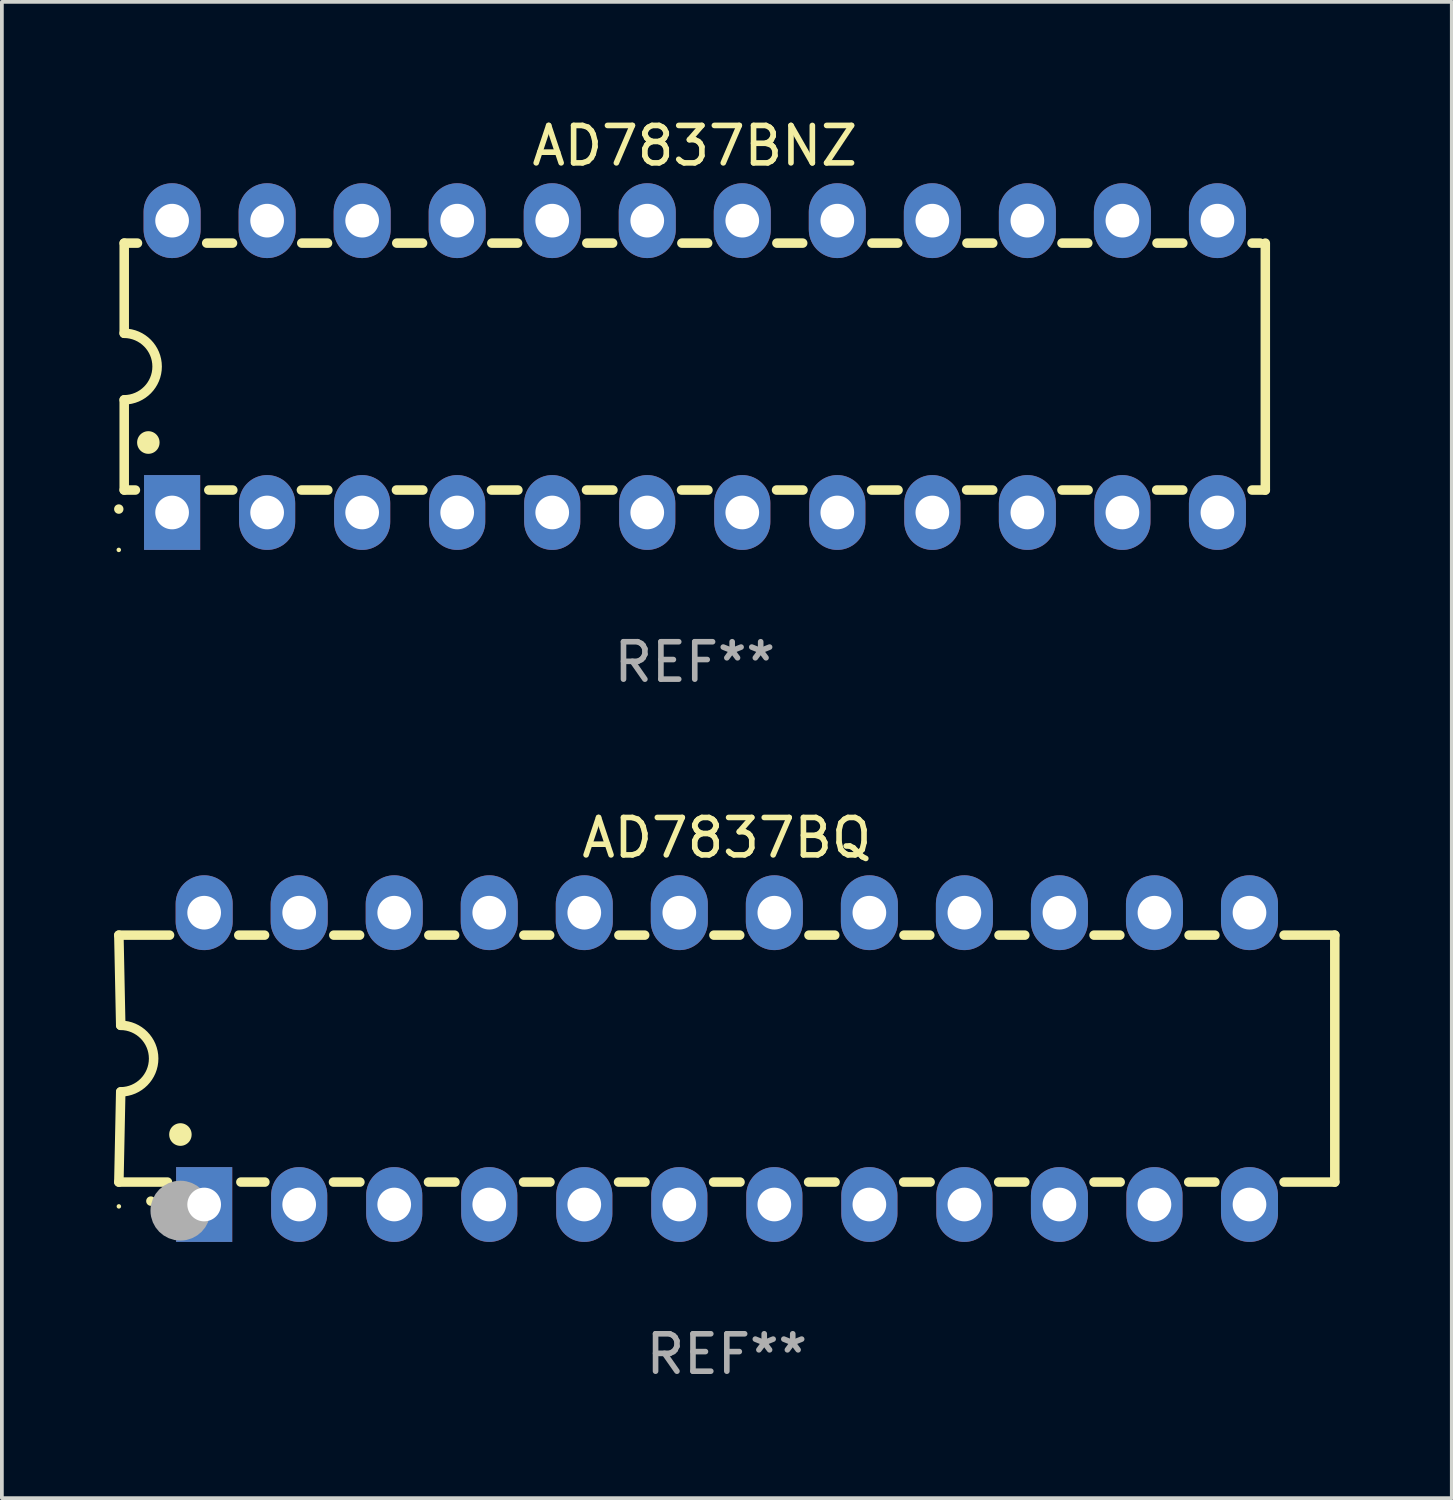
<source format=kicad_pcb>
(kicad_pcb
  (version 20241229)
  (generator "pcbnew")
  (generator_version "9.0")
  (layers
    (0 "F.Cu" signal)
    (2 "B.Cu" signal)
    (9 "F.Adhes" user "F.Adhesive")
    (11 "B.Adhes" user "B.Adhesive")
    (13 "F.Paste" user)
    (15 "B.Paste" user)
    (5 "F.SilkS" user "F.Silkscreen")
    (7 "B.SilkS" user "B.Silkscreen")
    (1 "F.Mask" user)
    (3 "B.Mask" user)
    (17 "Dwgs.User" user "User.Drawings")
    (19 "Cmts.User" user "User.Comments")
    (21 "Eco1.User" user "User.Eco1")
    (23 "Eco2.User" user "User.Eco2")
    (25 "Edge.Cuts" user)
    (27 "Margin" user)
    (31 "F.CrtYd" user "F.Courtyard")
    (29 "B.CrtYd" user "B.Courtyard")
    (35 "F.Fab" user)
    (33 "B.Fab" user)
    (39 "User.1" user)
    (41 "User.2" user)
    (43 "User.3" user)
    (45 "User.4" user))
  (footprint "AD7837BNZ"
    (layer "F.Cu")
    (at 15.52 6.748)
    (property "Reference" "AD7837BNZ" (at 0 -5.9 0) (layer "F.SilkS") (effects (font (size 1 1) (thickness 0.15))))
    (attr through_hole)
    (fp_line (start -15.25 -3.3) (end -15.25 -0.889) (stroke (width 0.254) (type solid)) (layer "F.SilkS"))
    (fp_line (start -15.25 -3.3) (end -14.895 -3.3) (stroke (width 0.254) (type solid)) (layer "F.SilkS"))
    (fp_line (start -15.25 3.3) (end -15.25 0.889) (stroke (width 0.254) (type solid)) (layer "F.SilkS"))
    (fp_line (start -15.25 3.3) (end -14.951 3.3) (stroke (width 0.254) (type solid)) (layer "F.SilkS"))
    (fp_line (start -13.045 -3.3) (end -12.355 -3.3) (stroke (width 0.254) (type solid)) (layer "F.SilkS"))
    (fp_line (start -12.989 3.3) (end -12.347 3.3) (stroke (width 0.254) (type solid)) (layer "F.SilkS"))
    (fp_line (start -10.514 3.3) (end -9.807 3.3) (stroke (width 0.254) (type solid)) (layer "F.SilkS"))
    (fp_line (start -10.505 -3.3) (end -9.815 -3.3) (stroke (width 0.254) (type solid)) (layer "F.SilkS"))
    (fp_line (start -7.974 3.3) (end -7.267 3.3) (stroke (width 0.254) (type solid)) (layer "F.SilkS"))
    (fp_line (start -7.965 -3.3) (end -7.275 -3.3) (stroke (width 0.254) (type solid)) (layer "F.SilkS"))
    (fp_line (start -5.434 3.3) (end -4.727 3.3) (stroke (width 0.254) (type solid)) (layer "F.SilkS"))
    (fp_line (start -5.425 -3.3) (end -4.735 -3.3) (stroke (width 0.254) (type solid)) (layer "F.SilkS"))
    (fp_line (start -2.894 3.3) (end -2.187 3.3) (stroke (width 0.254) (type solid)) (layer "F.SilkS"))
    (fp_line (start -2.885 -3.3) (end -2.195 -3.3) (stroke (width 0.254) (type solid)) (layer "F.SilkS"))
    (fp_line (start -0.354 3.3) (end 0.353 3.3) (stroke (width 0.254) (type solid)) (layer "F.SilkS"))
    (fp_line (start -0.345 -3.3) (end 0.345 -3.3) (stroke (width 0.254) (type solid)) (layer "F.SilkS"))
    (fp_line (start 2.186 3.3) (end 2.893 3.3) (stroke (width 0.254) (type solid)) (layer "F.SilkS"))
    (fp_line (start 2.195 -3.3) (end 2.885 -3.3) (stroke (width 0.254) (type solid)) (layer "F.SilkS"))
    (fp_line (start 4.726 3.3) (end 5.434 3.3) (stroke (width 0.254) (type solid)) (layer "F.SilkS"))
    (fp_line (start 4.735 -3.3) (end 5.425 -3.3) (stroke (width 0.254) (type solid)) (layer "F.SilkS"))
    (fp_line (start 7.266 3.3) (end 7.965 3.3) (stroke (width 0.254) (type solid)) (layer "F.SilkS"))
    (fp_line (start 7.275 -3.3) (end 7.965 -3.3) (stroke (width 0.254) (type solid)) (layer "F.SilkS"))
    (fp_line (start 9.815 -3.3) (end 10.505 -3.3) (stroke (width 0.254) (type solid)) (layer "F.SilkS"))
    (fp_line (start 9.815 3.3) (end 10.514 3.3) (stroke (width 0.254) (type solid)) (layer "F.SilkS"))
    (fp_line (start 12.346 3.3) (end 13.045 3.3) (stroke (width 0.254) (type solid)) (layer "F.SilkS"))
    (fp_line (start 12.355 -3.3) (end 13.045 -3.3) (stroke (width 0.254) (type solid)) (layer "F.SilkS"))
    (fp_line (start 14.895 -3.3) (end 15.113 -3.3) (stroke (width 0.254) (type solid)) (layer "F.SilkS"))
    (fp_line (start 14.895 3.3) (end 15.25 3.3) (stroke (width 0.254) (type solid)) (layer "F.SilkS"))
    (fp_line (start 15.25 -3.3) (end 15.25 3.3) (stroke (width 0.254) (type solid)) (layer "F.SilkS"))
    (fp_arc (start -15.394971 3.810033) (mid -15.394978 3.808763) (end -15.394971 3.807493) (stroke (width 0.25) (type solid)) (layer "F.SilkS"))
    (fp_arc (start -15.251053 -0.890146) (mid -14.361467 -0.001067) (end -15.250038 0.889027) (stroke (width 0.254001) (type solid)) (layer "F.SilkS"))
    (fp_arc (start -14.605029 2.032029) (mid -14.60504 2.029489) (end -14.605029 2.026949) (stroke (width 0.6) (type solid)) (layer "F.SilkS"))
    (fp_circle (center -15.395 4.9) (end -15.365 4.9) (stroke (width 0.06) (type solid)) (fill no) (layer "F.SilkS"))
    (fp_text user "REF**" (at 0 7.9 0) (layer "F.Fab") (effects (font (size 1 1) (thickness 0.15))))
    (pad "1" thru_hole rect (at -13.97 3.9 90) (size 2 1.5) (drill 0.9) (layers "*.Cu" "*.Mask"))
    (pad "2" thru_hole oval (at -11.43 3.9 90) (size 2 1.5) (drill 0.9) (layers "*.Cu" "*.Mask"))
    (pad "3" thru_hole oval (at -8.89 3.9 90) (size 2 1.5) (drill 0.9) (layers "*.Cu" "*.Mask"))
    (pad "4" thru_hole oval (at -6.35 3.9 90) (size 2 1.5) (drill 0.9) (layers "*.Cu" "*.Mask"))
    (pad "5" thru_hole oval (at -3.81 3.9 90) (size 2 1.5) (drill 0.9) (layers "*.Cu" "*.Mask"))
    (pad "6" thru_hole oval (at -1.27 3.9 90) (size 2 1.5) (drill 0.9) (layers "*.Cu" "*.Mask"))
    (pad "7" thru_hole oval (at 1.27 3.9 90) (size 2 1.5) (drill 0.9) (layers "*.Cu" "*.Mask"))
    (pad "8" thru_hole oval (at 3.81 3.9 90) (size 2 1.5) (drill 0.9) (layers "*.Cu" "*.Mask"))
    (pad "9" thru_hole oval (at 6.35 3.9 90) (size 2 1.5) (drill 0.9) (layers "*.Cu" "*.Mask"))
    (pad "10" thru_hole oval (at 8.89 3.9 90) (size 2 1.524) (drill 0.9) (layers "*.Cu" "*.Mask"))
    (pad "11" thru_hole oval (at 11.43 3.9 90) (size 2 1.5) (drill 0.9) (layers "*.Cu" "*.Mask"))
    (pad "12" thru_hole oval (at 13.97 3.9 90) (size 2 1.524) (drill 0.9) (layers "*.Cu" "*.Mask"))
    (pad "13" thru_hole oval (at 13.97 -3.9 90) (size 2 1.524) (drill 0.9) (layers "*.Cu" "*.Mask"))
    (pad "14" thru_hole oval (at 11.43 -3.9 90) (size 2 1.524) (drill 0.9) (layers "*.Cu" "*.Mask"))
    (pad "15" thru_hole oval (at 8.89 -3.9 90) (size 2 1.524) (drill 0.9) (layers "*.Cu" "*.Mask"))
    (pad "16" thru_hole oval (at 6.35 -3.9 90) (size 2 1.524) (drill 0.9) (layers "*.Cu" "*.Mask"))
    (pad "17" thru_hole oval (at 3.81 -3.9 90) (size 2 1.524) (drill 0.9) (layers "*.Cu" "*.Mask"))
    (pad "18" thru_hole oval (at 1.27 -3.9 90) (size 2 1.524) (drill 0.9) (layers "*.Cu" "*.Mask"))
    (pad "19" thru_hole oval (at -1.27 -3.9 90) (size 2 1.524) (drill 0.9) (layers "*.Cu" "*.Mask"))
    (pad "20" thru_hole oval (at -3.81 -3.9 90) (size 2 1.524) (drill 0.9) (layers "*.Cu" "*.Mask"))
    (pad "21" thru_hole oval (at -6.35 -3.9 90) (size 2 1.524) (drill 0.9) (layers "*.Cu" "*.Mask"))
    (pad "22" thru_hole oval (at -8.89 -3.9 90) (size 2 1.524) (drill 0.9) (layers "*.Cu" "*.Mask"))
    (pad "23" thru_hole oval (at -11.43 -3.9 90) (size 2 1.524) (drill 0.9) (layers "*.Cu" "*.Mask"))
    (pad "24" thru_hole oval (at -13.97 -3.9 90) (size 2 1.524) (drill 0.9) (layers "*.Cu" "*.Mask")))
  (footprint "AD7837BQ"
    (layer "F.Cu")
    (at 16.377 25.245)
    (property "Reference" "AD7837BQ" (at 0 -5.9 0) (layer "F.SilkS") (effects (font (size 1 1) (thickness 0.15))))
    (attr through_hole)
    (fp_line (start -16.25 -3.3) (end -16.2 -0.889) (stroke (width 0.254) (type solid)) (layer "F.SilkS"))
    (fp_line (start -16.25 -3.3) (end -14.895 -3.3) (stroke (width 0.254) (type solid)) (layer "F.SilkS"))
    (fp_line (start -16.25 3.3) (end -16.2 0.889) (stroke (width 0.254) (type solid)) (layer "F.SilkS"))
    (fp_line (start -16.25 3.3) (end -14.951 3.3) (stroke (width 0.254) (type solid)) (layer "F.SilkS"))
    (fp_line (start -13.045 -3.3) (end -12.355 -3.3) (stroke (width 0.254) (type solid)) (layer "F.SilkS"))
    (fp_line (start -12.989 3.3) (end -12.347 3.3) (stroke (width 0.254) (type solid)) (layer "F.SilkS"))
    (fp_line (start -10.514 3.3) (end -9.807 3.3) (stroke (width 0.254) (type solid)) (layer "F.SilkS"))
    (fp_line (start -10.505 -3.3) (end -9.815 -3.3) (stroke (width 0.254) (type solid)) (layer "F.SilkS"))
    (fp_line (start -7.974 3.3) (end -7.267 3.3) (stroke (width 0.254) (type solid)) (layer "F.SilkS"))
    (fp_line (start -7.965 -3.3) (end -7.275 -3.3) (stroke (width 0.254) (type solid)) (layer "F.SilkS"))
    (fp_line (start -5.434 3.3) (end -4.727 3.3) (stroke (width 0.254) (type solid)) (layer "F.SilkS"))
    (fp_line (start -5.425 -3.3) (end -4.735 -3.3) (stroke (width 0.254) (type solid)) (layer "F.SilkS"))
    (fp_line (start -2.894 3.3) (end -2.187 3.3) (stroke (width 0.254) (type solid)) (layer "F.SilkS"))
    (fp_line (start -2.885 -3.3) (end -2.195 -3.3) (stroke (width 0.254) (type solid)) (layer "F.SilkS"))
    (fp_line (start -0.354 3.3) (end 0.353 3.3) (stroke (width 0.254) (type solid)) (layer "F.SilkS"))
    (fp_line (start -0.345 -3.3) (end 0.345 -3.3) (stroke (width 0.254) (type solid)) (layer "F.SilkS"))
    (fp_line (start 2.186 3.3) (end 2.893 3.3) (stroke (width 0.254) (type solid)) (layer "F.SilkS"))
    (fp_line (start 2.195 -3.3) (end 2.885 -3.3) (stroke (width 0.254) (type solid)) (layer "F.SilkS"))
    (fp_line (start 4.726 3.3) (end 5.434 3.3) (stroke (width 0.254) (type solid)) (layer "F.SilkS"))
    (fp_line (start 4.735 -3.3) (end 5.425 -3.3) (stroke (width 0.254) (type solid)) (layer "F.SilkS"))
    (fp_line (start 7.266 3.3) (end 7.965 3.3) (stroke (width 0.254) (type solid)) (layer "F.SilkS"))
    (fp_line (start 7.275 -3.3) (end 7.965 -3.3) (stroke (width 0.254) (type solid)) (layer "F.SilkS"))
    (fp_line (start 9.815 -3.3) (end 10.505 -3.3) (stroke (width 0.254) (type solid)) (layer "F.SilkS"))
    (fp_line (start 9.815 3.3) (end 10.514 3.3) (stroke (width 0.254) (type solid)) (layer "F.SilkS"))
    (fp_line (start 12.346 3.3) (end 13.045 3.3) (stroke (width 0.254) (type solid)) (layer "F.SilkS"))
    (fp_line (start 12.355 -3.3) (end 13.045 -3.3) (stroke (width 0.254) (type solid)) (layer "F.SilkS"))
    (fp_line (start 16.25 -3.3) (end 14.895 -3.3) (stroke (width 0.254) (type solid)) (layer "F.SilkS"))
    (fp_line (start 16.25 -3.3) (end 16.25 3.3) (stroke (width 0.254) (type solid)) (layer "F.SilkS"))
    (fp_line (start 16.25 3.3) (end 14.895 3.3) (stroke (width 0.254) (type solid)) (layer "F.SilkS"))
    (fp_arc (start -16.201016 -0.890146) (mid -15.311429 -0.001055) (end -16.200025 0.889027) (stroke (width 0.254001) (type solid)) (layer "F.SilkS"))
    (fp_arc (start -15.394971 3.810033) (mid -15.394978 3.808763) (end -15.394971 3.807493) (stroke (width 0.25) (type solid)) (layer "F.SilkS"))
    (fp_arc (start -14.605029 2.032029) (mid -14.60504 2.029489) (end -14.605029 2.026949) (stroke (width 0.6) (type solid)) (layer "F.SilkS"))
    (fp_circle (center -16.25 3.95) (end -16.22 3.95) (stroke (width 0.06) (type solid)) (fill no) (layer "F.SilkS"))
    (fp_circle (center -14.605 4.064) (end -14.205 4.064) (stroke (width 0.8) (type solid)) (fill no) (layer "F.Fab"))
    (fp_text user "REF**" (at 0 7.9 0) (layer "F.Fab") (effects (font (size 1 1) (thickness 0.15))))
    (pad "1" thru_hole rect (at -13.97 3.9 90) (size 2 1.5) (drill 0.9) (layers "*.Cu" "*.Mask"))
    (pad "2" thru_hole oval (at -11.43 3.9 90) (size 2 1.5) (drill 0.9) (layers "*.Cu" "*.Mask"))
    (pad "3" thru_hole oval (at -8.89 3.9 90) (size 2 1.5) (drill 0.9) (layers "*.Cu" "*.Mask"))
    (pad "4" thru_hole oval (at -6.35 3.9 90) (size 2 1.5) (drill 0.9) (layers "*.Cu" "*.Mask"))
    (pad "5" thru_hole oval (at -3.81 3.9 90) (size 2 1.5) (drill 0.9) (layers "*.Cu" "*.Mask"))
    (pad "6" thru_hole oval (at -1.27 3.9 90) (size 2 1.5) (drill 0.9) (layers "*.Cu" "*.Mask"))
    (pad "7" thru_hole oval (at 1.27 3.9 90) (size 2 1.5) (drill 0.9) (layers "*.Cu" "*.Mask"))
    (pad "8" thru_hole oval (at 3.81 3.9 90) (size 2 1.5) (drill 0.9) (layers "*.Cu" "*.Mask"))
    (pad "9" thru_hole oval (at 6.35 3.9 90) (size 2 1.5) (drill 0.9) (layers "*.Cu" "*.Mask"))
    (pad "10" thru_hole oval (at 8.89 3.9 90) (size 2 1.524) (drill 0.9) (layers "*.Cu" "*.Mask"))
    (pad "11" thru_hole oval (at 11.43 3.9 90) (size 2 1.5) (drill 0.9) (layers "*.Cu" "*.Mask"))
    (pad "12" thru_hole oval (at 13.97 3.9 90) (size 2 1.524) (drill 0.9) (layers "*.Cu" "*.Mask"))
    (pad "13" thru_hole oval (at 13.97 -3.9 90) (size 2 1.524) (drill 0.9) (layers "*.Cu" "*.Mask"))
    (pad "14" thru_hole oval (at 11.43 -3.9 90) (size 2 1.524) (drill 0.9) (layers "*.Cu" "*.Mask"))
    (pad "15" thru_hole oval (at 8.89 -3.9 90) (size 2 1.524) (drill 0.9) (layers "*.Cu" "*.Mask"))
    (pad "16" thru_hole oval (at 6.35 -3.9 90) (size 2 1.524) (drill 0.9) (layers "*.Cu" "*.Mask"))
    (pad "17" thru_hole oval (at 3.81 -3.9 90) (size 2 1.524) (drill 0.9) (layers "*.Cu" "*.Mask"))
    (pad "18" thru_hole oval (at 1.27 -3.9 90) (size 2 1.524) (drill 0.9) (layers "*.Cu" "*.Mask"))
    (pad "19" thru_hole oval (at -1.27 -3.9 90) (size 2 1.524) (drill 0.9) (layers "*.Cu" "*.Mask"))
    (pad "20" thru_hole oval (at -3.81 -3.9 90) (size 2 1.524) (drill 0.9) (layers "*.Cu" "*.Mask"))
    (pad "21" thru_hole oval (at -6.35 -3.9 90) (size 2 1.524) (drill 0.9) (layers "*.Cu" "*.Mask"))
    (pad "22" thru_hole oval (at -8.89 -3.9 90) (size 2 1.524) (drill 0.9) (layers "*.Cu" "*.Mask"))
    (pad "23" thru_hole oval (at -11.43 -3.9 90) (size 2 1.524) (drill 0.9) (layers "*.Cu" "*.Mask"))
    (pad "24" thru_hole oval (at -13.97 -3.9 90) (size 2 1.524) (drill 0.9) (layers "*.Cu" "*.Mask")))
  (gr_rect
    (start -3 -3)
    (end 35.754 36.993)
    (stroke (width 0.1) (type default))
    (fill no)
    (layer "Edge.Cuts")))
</source>
